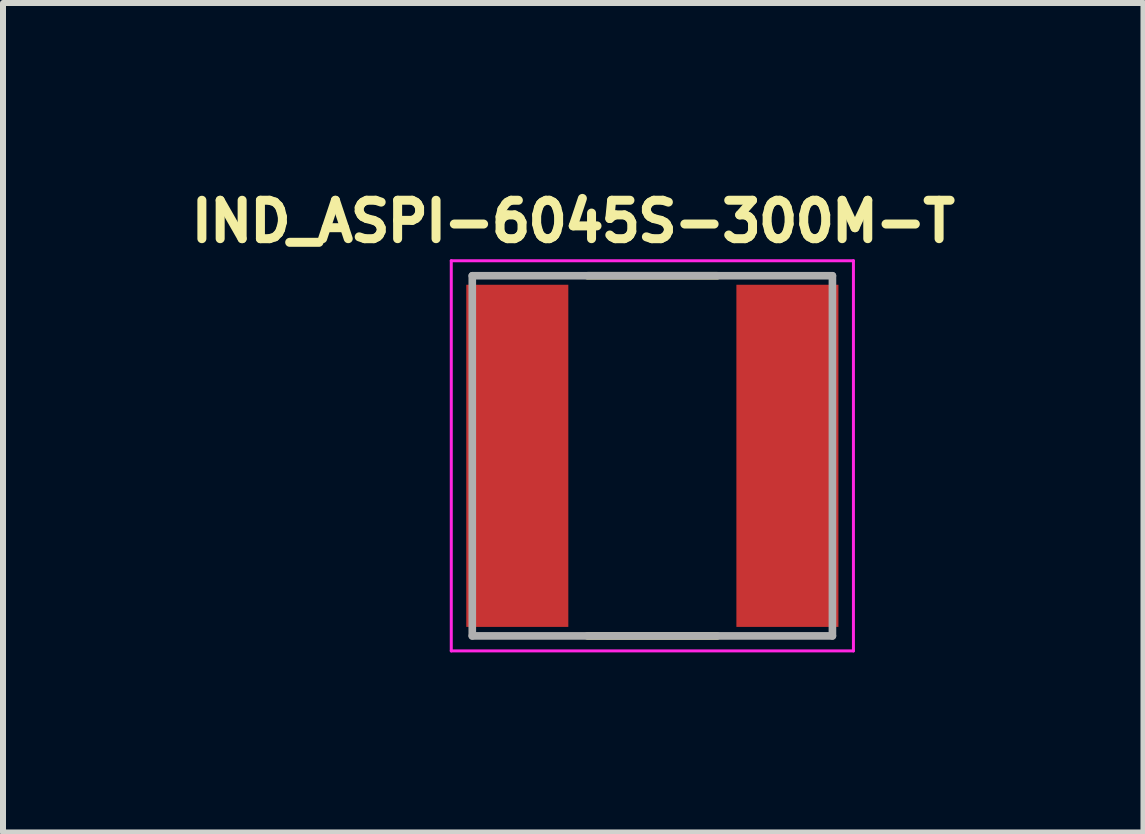
<source format=kicad_pcb>
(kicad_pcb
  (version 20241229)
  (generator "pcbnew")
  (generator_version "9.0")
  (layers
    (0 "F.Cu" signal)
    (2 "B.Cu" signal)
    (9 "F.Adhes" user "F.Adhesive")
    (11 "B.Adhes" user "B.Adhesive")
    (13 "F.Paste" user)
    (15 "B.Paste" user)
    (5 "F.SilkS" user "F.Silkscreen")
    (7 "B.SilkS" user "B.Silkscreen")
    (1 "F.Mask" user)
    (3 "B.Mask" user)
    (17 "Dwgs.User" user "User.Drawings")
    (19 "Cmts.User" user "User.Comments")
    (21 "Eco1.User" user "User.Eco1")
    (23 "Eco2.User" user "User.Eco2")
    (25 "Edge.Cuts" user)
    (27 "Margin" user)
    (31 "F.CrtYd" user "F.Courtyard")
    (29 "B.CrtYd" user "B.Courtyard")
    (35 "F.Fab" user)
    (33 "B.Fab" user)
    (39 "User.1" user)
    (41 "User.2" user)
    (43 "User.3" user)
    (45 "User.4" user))
  (footprint "IND_ASPI-6045S-300M-T"
    (layer "F.Cu")
    (at 7.818 4.544)
    (property "Reference" "IND_ASPI-6045S-300M-T" (at -1.318 -3.906 0) (layer "F.SilkS") (effects (font (size 0.64 0.64) (thickness 0.15))))
    (attr smd)
    (fp_line (start -1.08 -3) (end 1.08 -3) (stroke (width 0.127) (type solid)) (layer "F.SilkS"))
    (fp_line (start -1.08 3) (end 1.08 3) (stroke (width 0.127) (type solid)) (layer "F.SilkS"))
    (fp_line (start -3.35 -3.25) (end -3.35 3.25) (stroke (width 0.05) (type solid)) (layer "F.CrtYd"))
    (fp_line (start -3.35 3.25) (end 3.35 3.25) (stroke (width 0.05) (type solid)) (layer "F.CrtYd"))
    (fp_line (start 3.35 -3.25) (end -3.35 -3.25) (stroke (width 0.05) (type solid)) (layer "F.CrtYd"))
    (fp_line (start 3.35 3.25) (end 3.35 -3.25) (stroke (width 0.05) (type solid)) (layer "F.CrtYd"))
    (fp_line (start -3 -3) (end -3 3) (stroke (width 0.127) (type solid)) (layer "F.Fab"))
    (fp_line (start -3 -3) (end 3 -3) (stroke (width 0.127) (type solid)) (layer "F.Fab"))
    (fp_line (start -3 3) (end 3 3) (stroke (width 0.127) (type solid)) (layer "F.Fab"))
    (fp_line (start 3 -3) (end 3 3) (stroke (width 0.127) (type solid)) (layer "F.Fab"))
    (pad "1" smd rect (at -2.25 0) (size 1.7 5.7) (layers "F.Cu" "F.Mask" "F.Paste"))
    (pad "2" smd rect (at 2.25 0) (size 1.7 5.7) (layers "F.Cu" "F.Mask" "F.Paste")))
  (gr_rect
    (start -3 -3)
    (end 16 10.819)
    (stroke (width 0.1) (type default))
    (fill no)
    (layer "Edge.Cuts")))
</source>
